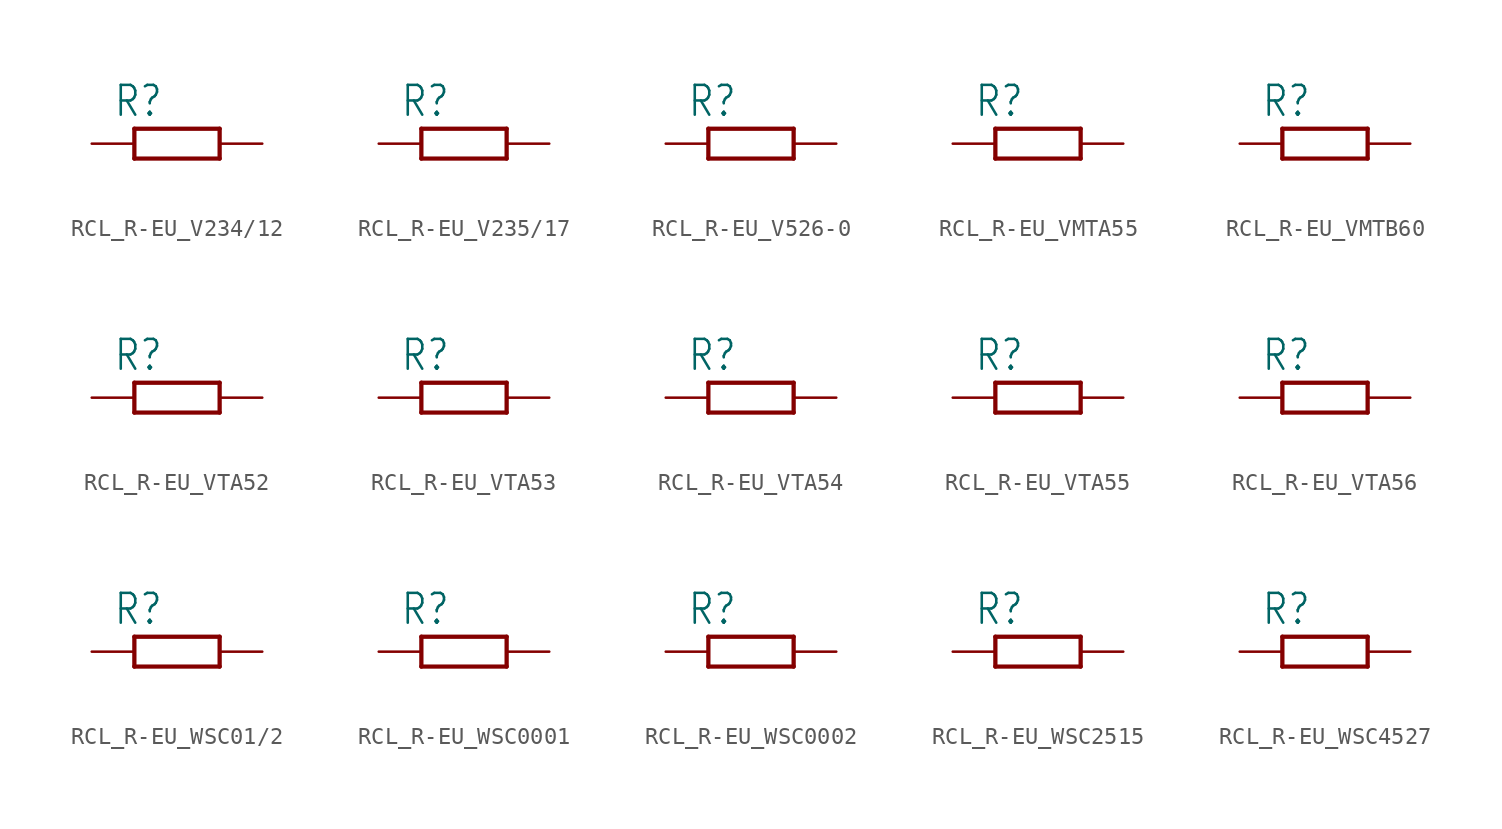
<source format=kicad_sym>
(kicad_symbol_lib
  (version 20241209)
  (generator "kicad_symbol_editor")
  (generator_version "9.0")
  (symbol "RCL_R-EU_V234/12"
    (property "Reference" "R"
      (at -3.81 1.499 0)
      (effects (font (size 1.778 1.511)) (justify left bottom)))
    (property "Value" ""
      (at -3.81 -3.302 0)
      (effects (font (size 1.778 1.511)) (justify left bottom)))
    (property "ki_locked" ""
      (at 0 0 0)
      (effects (font (size 1.27 1.27))))
    (symbol "RCL_R-EU_V234/12_1_0"
      (polyline (pts (xy -2.54 -0.889) (xy -2.54 0.889)) (stroke (width 0.254) (type solid)) (fill (type none)))
      (polyline (pts (xy -2.54 -0.889) (xy 2.54 -0.889)) (stroke (width 0.254) (type solid)) (fill (type none)))
      (polyline (pts (xy 2.54 0.889) (xy -2.54 0.889)) (stroke (width 0.254) (type solid)) (fill (type none)))
      (polyline (pts (xy 2.54 -0.889) (xy 2.54 0.889)) (stroke (width 0.254) (type solid)) (fill (type none)))
      (pin passive line (at -5.08 0 0) (length 2.54) (name "1" (effects (font (size 0 0)))) (number "1" (effects (font (size 0 0)))))
      (pin passive line (at 5.08 0 180) (length 2.54) (name "2" (effects (font (size 0 0)))) (number "2" (effects (font (size 0 0)))))))
  (symbol "RCL_R-EU_V235/17"
    (property "Reference" "R"
      (at -3.81 1.499 0)
      (effects (font (size 1.778 1.511)) (justify left bottom)))
    (property "Value" ""
      (at -3.81 -3.302 0)
      (effects (font (size 1.778 1.511)) (justify left bottom)))
    (property "ki_locked" ""
      (at 0 0 0)
      (effects (font (size 1.27 1.27))))
    (symbol "RCL_R-EU_V235/17_1_0"
      (polyline (pts (xy -2.54 -0.889) (xy -2.54 0.889)) (stroke (width 0.254) (type solid)) (fill (type none)))
      (polyline (pts (xy -2.54 -0.889) (xy 2.54 -0.889)) (stroke (width 0.254) (type solid)) (fill (type none)))
      (polyline (pts (xy 2.54 0.889) (xy -2.54 0.889)) (stroke (width 0.254) (type solid)) (fill (type none)))
      (polyline (pts (xy 2.54 -0.889) (xy 2.54 0.889)) (stroke (width 0.254) (type solid)) (fill (type none)))
      (pin passive line (at -5.08 0 0) (length 2.54) (name "1" (effects (font (size 0 0)))) (number "1" (effects (font (size 0 0)))))
      (pin passive line (at 5.08 0 180) (length 2.54) (name "2" (effects (font (size 0 0)))) (number "2" (effects (font (size 0 0)))))))
  (symbol "RCL_R-EU_V526-0"
    (property "Reference" "R"
      (at -3.81 1.499 0)
      (effects (font (size 1.778 1.511)) (justify left bottom)))
    (property "Value" ""
      (at -3.81 -3.302 0)
      (effects (font (size 1.778 1.511)) (justify left bottom)))
    (property "ki_locked" ""
      (at 0 0 0)
      (effects (font (size 1.27 1.27))))
    (symbol "RCL_R-EU_V526-0_1_0"
      (polyline (pts (xy -2.54 -0.889) (xy -2.54 0.889)) (stroke (width 0.254) (type solid)) (fill (type none)))
      (polyline (pts (xy -2.54 -0.889) (xy 2.54 -0.889)) (stroke (width 0.254) (type solid)) (fill (type none)))
      (polyline (pts (xy 2.54 0.889) (xy -2.54 0.889)) (stroke (width 0.254) (type solid)) (fill (type none)))
      (polyline (pts (xy 2.54 -0.889) (xy 2.54 0.889)) (stroke (width 0.254) (type solid)) (fill (type none)))
      (pin passive line (at -5.08 0 0) (length 2.54) (name "1" (effects (font (size 0 0)))) (number "1" (effects (font (size 0 0)))))
      (pin passive line (at 5.08 0 180) (length 2.54) (name "2" (effects (font (size 0 0)))) (number "2" (effects (font (size 0 0)))))))
  (symbol "RCL_R-EU_VMTA55"
    (property "Reference" "R"
      (at -3.81 1.499 0)
      (effects (font (size 1.778 1.511)) (justify left bottom)))
    (property "Value" ""
      (at -3.81 -3.302 0)
      (effects (font (size 1.778 1.511)) (justify left bottom)))
    (property "ki_locked" ""
      (at 0 0 0)
      (effects (font (size 1.27 1.27))))
    (symbol "RCL_R-EU_VMTA55_1_0"
      (polyline (pts (xy -2.54 -0.889) (xy -2.54 0.889)) (stroke (width 0.254) (type solid)) (fill (type none)))
      (polyline (pts (xy -2.54 -0.889) (xy 2.54 -0.889)) (stroke (width 0.254) (type solid)) (fill (type none)))
      (polyline (pts (xy 2.54 0.889) (xy -2.54 0.889)) (stroke (width 0.254) (type solid)) (fill (type none)))
      (polyline (pts (xy 2.54 -0.889) (xy 2.54 0.889)) (stroke (width 0.254) (type solid)) (fill (type none)))
      (pin passive line (at -5.08 0 0) (length 2.54) (name "1" (effects (font (size 0 0)))) (number "1" (effects (font (size 0 0)))))
      (pin passive line (at 5.08 0 180) (length 2.54) (name "2" (effects (font (size 0 0)))) (number "2" (effects (font (size 0 0)))))))
  (symbol "RCL_R-EU_VMTB60"
    (property "Reference" "R"
      (at -3.81 1.499 0)
      (effects (font (size 1.778 1.511)) (justify left bottom)))
    (property "Value" ""
      (at -3.81 -3.302 0)
      (effects (font (size 1.778 1.511)) (justify left bottom)))
    (property "ki_locked" ""
      (at 0 0 0)
      (effects (font (size 1.27 1.27))))
    (symbol "RCL_R-EU_VMTB60_1_0"
      (polyline (pts (xy -2.54 -0.889) (xy -2.54 0.889)) (stroke (width 0.254) (type solid)) (fill (type none)))
      (polyline (pts (xy -2.54 -0.889) (xy 2.54 -0.889)) (stroke (width 0.254) (type solid)) (fill (type none)))
      (polyline (pts (xy 2.54 0.889) (xy -2.54 0.889)) (stroke (width 0.254) (type solid)) (fill (type none)))
      (polyline (pts (xy 2.54 -0.889) (xy 2.54 0.889)) (stroke (width 0.254) (type solid)) (fill (type none)))
      (pin passive line (at -5.08 0 0) (length 2.54) (name "1" (effects (font (size 0 0)))) (number "1" (effects (font (size 0 0)))))
      (pin passive line (at 5.08 0 180) (length 2.54) (name "2" (effects (font (size 0 0)))) (number "2" (effects (font (size 0 0)))))))
  (symbol "RCL_R-EU_VTA52"
    (property "Reference" "R"
      (at -3.81 1.499 0)
      (effects (font (size 1.778 1.511)) (justify left bottom)))
    (property "Value" ""
      (at -3.81 -3.302 0)
      (effects (font (size 1.778 1.511)) (justify left bottom)))
    (property "ki_locked" ""
      (at 0 0 0)
      (effects (font (size 1.27 1.27))))
    (symbol "RCL_R-EU_VTA52_1_0"
      (polyline (pts (xy -2.54 -0.889) (xy -2.54 0.889)) (stroke (width 0.254) (type solid)) (fill (type none)))
      (polyline (pts (xy -2.54 -0.889) (xy 2.54 -0.889)) (stroke (width 0.254) (type solid)) (fill (type none)))
      (polyline (pts (xy 2.54 0.889) (xy -2.54 0.889)) (stroke (width 0.254) (type solid)) (fill (type none)))
      (polyline (pts (xy 2.54 -0.889) (xy 2.54 0.889)) (stroke (width 0.254) (type solid)) (fill (type none)))
      (pin passive line (at -5.08 0 0) (length 2.54) (name "1" (effects (font (size 0 0)))) (number "1" (effects (font (size 0 0)))))
      (pin passive line (at 5.08 0 180) (length 2.54) (name "2" (effects (font (size 0 0)))) (number "2" (effects (font (size 0 0)))))))
  (symbol "RCL_R-EU_VTA53"
    (property "Reference" "R"
      (at -3.81 1.499 0)
      (effects (font (size 1.778 1.511)) (justify left bottom)))
    (property "Value" ""
      (at -3.81 -3.302 0)
      (effects (font (size 1.778 1.511)) (justify left bottom)))
    (property "ki_locked" ""
      (at 0 0 0)
      (effects (font (size 1.27 1.27))))
    (symbol "RCL_R-EU_VTA53_1_0"
      (polyline (pts (xy -2.54 -0.889) (xy -2.54 0.889)) (stroke (width 0.254) (type solid)) (fill (type none)))
      (polyline (pts (xy -2.54 -0.889) (xy 2.54 -0.889)) (stroke (width 0.254) (type solid)) (fill (type none)))
      (polyline (pts (xy 2.54 0.889) (xy -2.54 0.889)) (stroke (width 0.254) (type solid)) (fill (type none)))
      (polyline (pts (xy 2.54 -0.889) (xy 2.54 0.889)) (stroke (width 0.254) (type solid)) (fill (type none)))
      (pin passive line (at -5.08 0 0) (length 2.54) (name "1" (effects (font (size 0 0)))) (number "1" (effects (font (size 0 0)))))
      (pin passive line (at 5.08 0 180) (length 2.54) (name "2" (effects (font (size 0 0)))) (number "2" (effects (font (size 0 0)))))))
  (symbol "RCL_R-EU_VTA54"
    (property "Reference" "R"
      (at -3.81 1.499 0)
      (effects (font (size 1.778 1.511)) (justify left bottom)))
    (property "Value" ""
      (at -3.81 -3.302 0)
      (effects (font (size 1.778 1.511)) (justify left bottom)))
    (property "ki_locked" ""
      (at 0 0 0)
      (effects (font (size 1.27 1.27))))
    (symbol "RCL_R-EU_VTA54_1_0"
      (polyline (pts (xy -2.54 -0.889) (xy -2.54 0.889)) (stroke (width 0.254) (type solid)) (fill (type none)))
      (polyline (pts (xy -2.54 -0.889) (xy 2.54 -0.889)) (stroke (width 0.254) (type solid)) (fill (type none)))
      (polyline (pts (xy 2.54 0.889) (xy -2.54 0.889)) (stroke (width 0.254) (type solid)) (fill (type none)))
      (polyline (pts (xy 2.54 -0.889) (xy 2.54 0.889)) (stroke (width 0.254) (type solid)) (fill (type none)))
      (pin passive line (at -5.08 0 0) (length 2.54) (name "1" (effects (font (size 0 0)))) (number "1" (effects (font (size 0 0)))))
      (pin passive line (at 5.08 0 180) (length 2.54) (name "2" (effects (font (size 0 0)))) (number "2" (effects (font (size 0 0)))))))
  (symbol "RCL_R-EU_VTA55"
    (property "Reference" "R"
      (at -3.81 1.499 0)
      (effects (font (size 1.778 1.511)) (justify left bottom)))
    (property "Value" ""
      (at -3.81 -3.302 0)
      (effects (font (size 1.778 1.511)) (justify left bottom)))
    (property "ki_locked" ""
      (at 0 0 0)
      (effects (font (size 1.27 1.27))))
    (symbol "RCL_R-EU_VTA55_1_0"
      (polyline (pts (xy -2.54 -0.889) (xy -2.54 0.889)) (stroke (width 0.254) (type solid)) (fill (type none)))
      (polyline (pts (xy -2.54 -0.889) (xy 2.54 -0.889)) (stroke (width 0.254) (type solid)) (fill (type none)))
      (polyline (pts (xy 2.54 0.889) (xy -2.54 0.889)) (stroke (width 0.254) (type solid)) (fill (type none)))
      (polyline (pts (xy 2.54 -0.889) (xy 2.54 0.889)) (stroke (width 0.254) (type solid)) (fill (type none)))
      (pin passive line (at -5.08 0 0) (length 2.54) (name "1" (effects (font (size 0 0)))) (number "1" (effects (font (size 0 0)))))
      (pin passive line (at 5.08 0 180) (length 2.54) (name "2" (effects (font (size 0 0)))) (number "2" (effects (font (size 0 0)))))))
  (symbol "RCL_R-EU_VTA56"
    (property "Reference" "R"
      (at -3.81 1.499 0)
      (effects (font (size 1.778 1.511)) (justify left bottom)))
    (property "Value" ""
      (at -3.81 -3.302 0)
      (effects (font (size 1.778 1.511)) (justify left bottom)))
    (property "ki_locked" ""
      (at 0 0 0)
      (effects (font (size 1.27 1.27))))
    (symbol "RCL_R-EU_VTA56_1_0"
      (polyline (pts (xy -2.54 -0.889) (xy -2.54 0.889)) (stroke (width 0.254) (type solid)) (fill (type none)))
      (polyline (pts (xy -2.54 -0.889) (xy 2.54 -0.889)) (stroke (width 0.254) (type solid)) (fill (type none)))
      (polyline (pts (xy 2.54 0.889) (xy -2.54 0.889)) (stroke (width 0.254) (type solid)) (fill (type none)))
      (polyline (pts (xy 2.54 -0.889) (xy 2.54 0.889)) (stroke (width 0.254) (type solid)) (fill (type none)))
      (pin passive line (at -5.08 0 0) (length 2.54) (name "1" (effects (font (size 0 0)))) (number "1" (effects (font (size 0 0)))))
      (pin passive line (at 5.08 0 180) (length 2.54) (name "2" (effects (font (size 0 0)))) (number "2" (effects (font (size 0 0)))))))
  (symbol "RCL_R-EU_WSC01/2"
    (property "Reference" "R"
      (at -3.81 1.499 0)
      (effects (font (size 1.778 1.511)) (justify left bottom)))
    (property "Value" ""
      (at -3.81 -3.302 0)
      (effects (font (size 1.778 1.511)) (justify left bottom)))
    (property "ki_locked" ""
      (at 0 0 0)
      (effects (font (size 1.27 1.27))))
    (symbol "RCL_R-EU_WSC01/2_1_0"
      (polyline (pts (xy -2.54 -0.889) (xy -2.54 0.889)) (stroke (width 0.254) (type solid)) (fill (type none)))
      (polyline (pts (xy -2.54 -0.889) (xy 2.54 -0.889)) (stroke (width 0.254) (type solid)) (fill (type none)))
      (polyline (pts (xy 2.54 0.889) (xy -2.54 0.889)) (stroke (width 0.254) (type solid)) (fill (type none)))
      (polyline (pts (xy 2.54 -0.889) (xy 2.54 0.889)) (stroke (width 0.254) (type solid)) (fill (type none)))
      (pin passive line (at -5.08 0 0) (length 2.54) (name "1" (effects (font (size 0 0)))) (number "1" (effects (font (size 0 0)))))
      (pin passive line (at 5.08 0 180) (length 2.54) (name "2" (effects (font (size 0 0)))) (number "2" (effects (font (size 0 0)))))))
  (symbol "RCL_R-EU_WSC0001"
    (property "Reference" "R"
      (at -3.81 1.499 0)
      (effects (font (size 1.778 1.511)) (justify left bottom)))
    (property "Value" ""
      (at -3.81 -3.302 0)
      (effects (font (size 1.778 1.511)) (justify left bottom)))
    (property "ki_locked" ""
      (at 0 0 0)
      (effects (font (size 1.27 1.27))))
    (symbol "RCL_R-EU_WSC0001_1_0"
      (polyline (pts (xy -2.54 -0.889) (xy -2.54 0.889)) (stroke (width 0.254) (type solid)) (fill (type none)))
      (polyline (pts (xy -2.54 -0.889) (xy 2.54 -0.889)) (stroke (width 0.254) (type solid)) (fill (type none)))
      (polyline (pts (xy 2.54 0.889) (xy -2.54 0.889)) (stroke (width 0.254) (type solid)) (fill (type none)))
      (polyline (pts (xy 2.54 -0.889) (xy 2.54 0.889)) (stroke (width 0.254) (type solid)) (fill (type none)))
      (pin passive line (at -5.08 0 0) (length 2.54) (name "1" (effects (font (size 0 0)))) (number "1" (effects (font (size 0 0)))))
      (pin passive line (at 5.08 0 180) (length 2.54) (name "2" (effects (font (size 0 0)))) (number "2" (effects (font (size 0 0)))))))
  (symbol "RCL_R-EU_WSC0002"
    (property "Reference" "R"
      (at -3.81 1.499 0)
      (effects (font (size 1.778 1.511)) (justify left bottom)))
    (property "Value" ""
      (at -3.81 -3.302 0)
      (effects (font (size 1.778 1.511)) (justify left bottom)))
    (property "ki_locked" ""
      (at 0 0 0)
      (effects (font (size 1.27 1.27))))
    (symbol "RCL_R-EU_WSC0002_1_0"
      (polyline (pts (xy -2.54 -0.889) (xy -2.54 0.889)) (stroke (width 0.254) (type solid)) (fill (type none)))
      (polyline (pts (xy -2.54 -0.889) (xy 2.54 -0.889)) (stroke (width 0.254) (type solid)) (fill (type none)))
      (polyline (pts (xy 2.54 0.889) (xy -2.54 0.889)) (stroke (width 0.254) (type solid)) (fill (type none)))
      (polyline (pts (xy 2.54 -0.889) (xy 2.54 0.889)) (stroke (width 0.254) (type solid)) (fill (type none)))
      (pin passive line (at -5.08 0 0) (length 2.54) (name "1" (effects (font (size 0 0)))) (number "1" (effects (font (size 0 0)))))
      (pin passive line (at 5.08 0 180) (length 2.54) (name "2" (effects (font (size 0 0)))) (number "2" (effects (font (size 0 0)))))))
  (symbol "RCL_R-EU_WSC2515"
    (property "Reference" "R"
      (at -3.81 1.499 0)
      (effects (font (size 1.778 1.511)) (justify left bottom)))
    (property "Value" ""
      (at -3.81 -3.302 0)
      (effects (font (size 1.778 1.511)) (justify left bottom)))
    (property "ki_locked" ""
      (at 0 0 0)
      (effects (font (size 1.27 1.27))))
    (symbol "RCL_R-EU_WSC2515_1_0"
      (polyline (pts (xy -2.54 -0.889) (xy -2.54 0.889)) (stroke (width 0.254) (type solid)) (fill (type none)))
      (polyline (pts (xy -2.54 -0.889) (xy 2.54 -0.889)) (stroke (width 0.254) (type solid)) (fill (type none)))
      (polyline (pts (xy 2.54 0.889) (xy -2.54 0.889)) (stroke (width 0.254) (type solid)) (fill (type none)))
      (polyline (pts (xy 2.54 -0.889) (xy 2.54 0.889)) (stroke (width 0.254) (type solid)) (fill (type none)))
      (pin passive line (at -5.08 0 0) (length 2.54) (name "1" (effects (font (size 0 0)))) (number "1" (effects (font (size 0 0)))))
      (pin passive line (at 5.08 0 180) (length 2.54) (name "2" (effects (font (size 0 0)))) (number "2" (effects (font (size 0 0)))))))
  (symbol "RCL_R-EU_WSC4527"
    (property "Reference" "R"
      (at -3.81 1.499 0)
      (effects (font (size 1.778 1.511)) (justify left bottom)))
    (property "Value" ""
      (at -3.81 -3.302 0)
      (effects (font (size 1.778 1.511)) (justify left bottom)))
    (property "ki_locked" ""
      (at 0 0 0)
      (effects (font (size 1.27 1.27))))
    (symbol "RCL_R-EU_WSC4527_1_0"
      (polyline (pts (xy -2.54 -0.889) (xy -2.54 0.889)) (stroke (width 0.254) (type solid)) (fill (type none)))
      (polyline (pts (xy -2.54 -0.889) (xy 2.54 -0.889)) (stroke (width 0.254) (type solid)) (fill (type none)))
      (polyline (pts (xy 2.54 0.889) (xy -2.54 0.889)) (stroke (width 0.254) (type solid)) (fill (type none)))
      (polyline (pts (xy 2.54 -0.889) (xy 2.54 0.889)) (stroke (width 0.254) (type solid)) (fill (type none)))
      (pin passive line (at -5.08 0 0) (length 2.54) (name "1" (effects (font (size 0 0)))) (number "1" (effects (font (size 0 0)))))
      (pin passive line (at 5.08 0 180) (length 2.54) (name "2" (effects (font (size 0 0)))) (number "2" (effects (font (size 0 0))))))))
</source>
